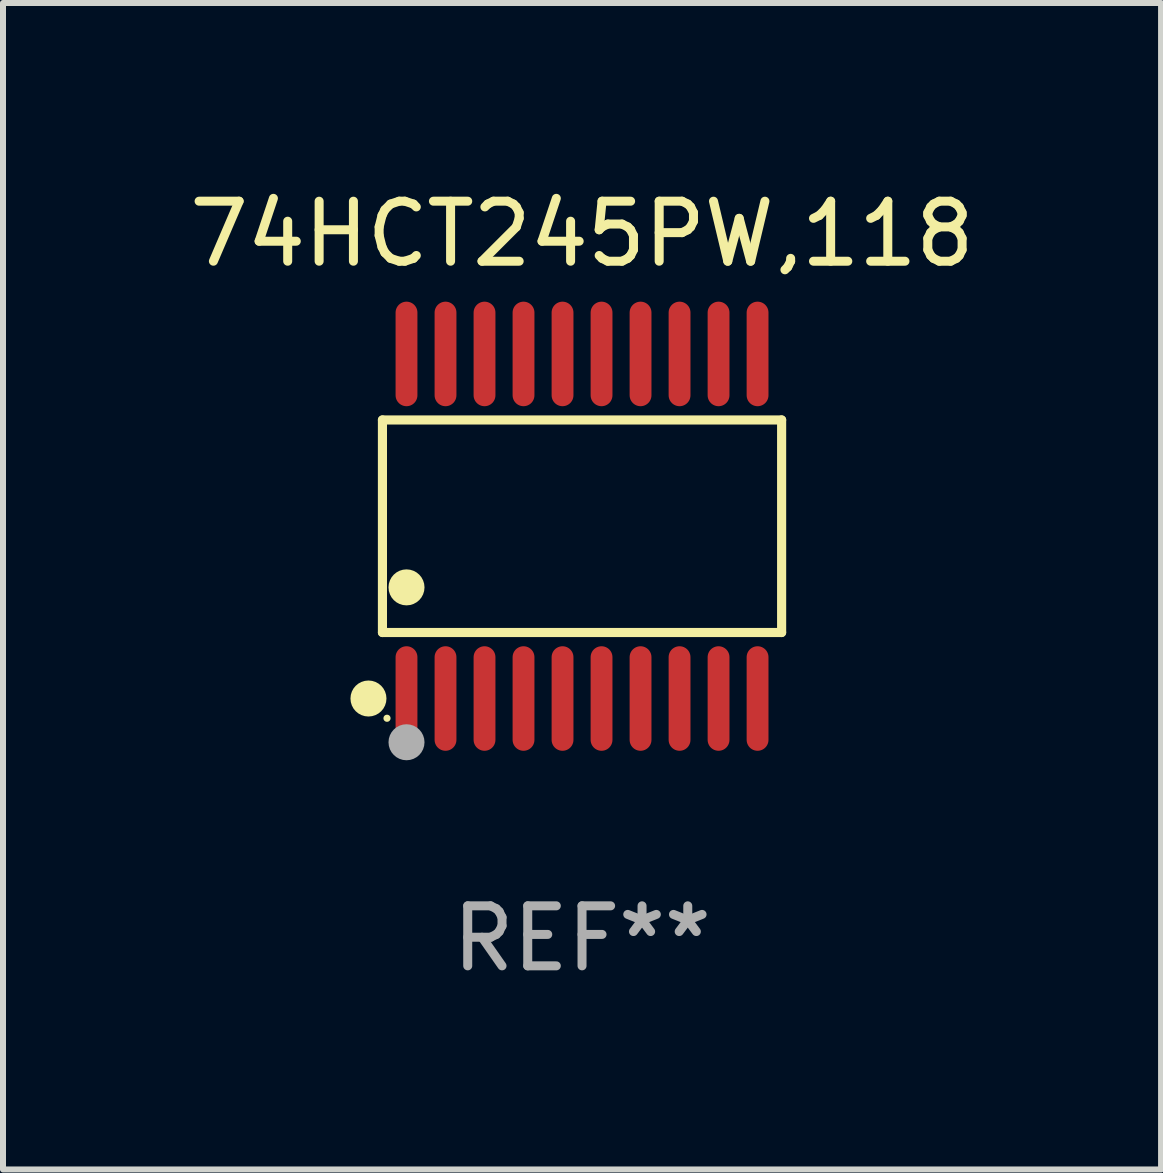
<source format=kicad_pcb>
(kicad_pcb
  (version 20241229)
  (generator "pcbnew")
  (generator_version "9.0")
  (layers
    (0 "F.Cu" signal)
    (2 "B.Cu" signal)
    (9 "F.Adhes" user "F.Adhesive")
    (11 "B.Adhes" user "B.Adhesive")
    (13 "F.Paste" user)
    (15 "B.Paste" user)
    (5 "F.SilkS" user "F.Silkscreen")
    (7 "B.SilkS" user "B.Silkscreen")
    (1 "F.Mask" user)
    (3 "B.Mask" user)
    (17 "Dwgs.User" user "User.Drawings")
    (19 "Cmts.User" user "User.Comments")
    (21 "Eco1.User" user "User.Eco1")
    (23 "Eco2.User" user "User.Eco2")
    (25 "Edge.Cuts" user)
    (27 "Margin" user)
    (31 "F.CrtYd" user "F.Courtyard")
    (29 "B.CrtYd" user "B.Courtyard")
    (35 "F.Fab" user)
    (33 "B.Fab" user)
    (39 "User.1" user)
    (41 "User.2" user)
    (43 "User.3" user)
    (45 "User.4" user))
  (footprint "74HCT245PW,118"
    (layer "F.Cu")
    (at 6.649 5.719)
    (property "Reference" "74HCT245PW,118" (at 0 -4.871 0) (layer "F.SilkS") (effects (font (size 1 1) (thickness 0.15))))
    (attr through_hole)
    (fp_line (start -3.326 -1.771) (end 3.326 -1.771) (stroke (width 0.152) (type solid)) (layer "F.SilkS"))
    (fp_line (start -3.326 1.771) (end -3.326 -1.771) (stroke (width 0.152) (type solid)) (layer "F.SilkS"))
    (fp_line (start 3.326 -1.771) (end 3.326 1.771) (stroke (width 0.152) (type solid)) (layer "F.SilkS"))
    (fp_line (start 3.326 1.771) (end -3.326 1.771) (stroke (width 0.152) (type solid)) (layer "F.SilkS"))
    (fp_circle (center -3.559 2.871) (end -3.409 2.871) (stroke (width 0.3) (type solid)) (fill no) (layer "F.SilkS"))
    (fp_circle (center -3.25 3.2) (end -3.22 3.2) (stroke (width 0.06) (type solid)) (fill no) (layer "F.SilkS"))
    (fp_circle (center -2.925 1.019) (end -2.775 1.019) (stroke (width 0.3) (type solid)) (fill no) (layer "F.SilkS"))
    (fp_circle (center -2.925 3.6) (end -2.775 3.6) (stroke (width 0.3) (type solid)) (fill no) (layer "F.Fab"))
    (fp_text user "REF**" (at 0 6.871 0) (layer "F.Fab") (effects (font (size 1 1) (thickness 0.15))))
    (pad "1" smd oval (at -2.925 2.871) (size 0.364 1.742) (layers "F.Cu" "F.Mask" "F.Paste"))
    (pad "2" smd oval (at -2.275 2.871) (size 0.364 1.742) (layers "F.Cu" "F.Mask" "F.Paste"))
    (pad "3" smd oval (at -1.625 2.871) (size 0.364 1.742) (layers "F.Cu" "F.Mask" "F.Paste"))
    (pad "4" smd oval (at -0.975 2.871) (size 0.364 1.742) (layers "F.Cu" "F.Mask" "F.Paste"))
    (pad "5" smd oval (at -0.325 2.871) (size 0.364 1.742) (layers "F.Cu" "F.Mask" "F.Paste"))
    (pad "6" smd oval (at 0.325 2.871) (size 0.364 1.742) (layers "F.Cu" "F.Mask" "F.Paste"))
    (pad "7" smd oval (at 0.975 2.871) (size 0.364 1.742) (layers "F.Cu" "F.Mask" "F.Paste"))
    (pad "8" smd oval (at 1.625 2.871) (size 0.364 1.742) (layers "F.Cu" "F.Mask" "F.Paste"))
    (pad "9" smd oval (at 2.275 2.871) (size 0.364 1.742) (layers "F.Cu" "F.Mask" "F.Paste"))
    (pad "10" smd oval (at 2.925 2.871) (size 0.364 1.742) (layers "F.Cu" "F.Mask" "F.Paste"))
    (pad "11" smd oval (at 2.925 -2.871) (size 0.364 1.742) (layers "F.Cu" "F.Mask" "F.Paste"))
    (pad "12" smd oval (at 2.275 -2.871) (size 0.364 1.742) (layers "F.Cu" "F.Mask" "F.Paste"))
    (pad "13" smd oval (at 1.625 -2.871) (size 0.364 1.742) (layers "F.Cu" "F.Mask" "F.Paste"))
    (pad "14" smd oval (at 0.975 -2.871) (size 0.364 1.742) (layers "F.Cu" "F.Mask" "F.Paste"))
    (pad "15" smd oval (at 0.325 -2.871) (size 0.364 1.742) (layers "F.Cu" "F.Mask" "F.Paste"))
    (pad "16" smd oval (at -0.325 -2.871) (size 0.364 1.742) (layers "F.Cu" "F.Mask" "F.Paste"))
    (pad "17" smd oval (at -0.975 -2.871) (size 0.364 1.742) (layers "F.Cu" "F.Mask" "F.Paste"))
    (pad "18" smd oval (at -1.625 -2.871) (size 0.364 1.742) (layers "F.Cu" "F.Mask" "F.Paste"))
    (pad "19" smd oval (at -2.275 -2.871) (size 0.364 1.742) (layers "F.Cu" "F.Mask" "F.Paste"))
    (pad "20" smd oval (at -2.925 -2.871) (size 0.364 1.742) (layers "F.Cu" "F.Mask" "F.Paste")))
  (gr_rect
    (start -3 -3)
    (end 16.298 16.438)
    (stroke (width 0.1) (type default))
    (fill no)
    (layer "Edge.Cuts")))
</source>
